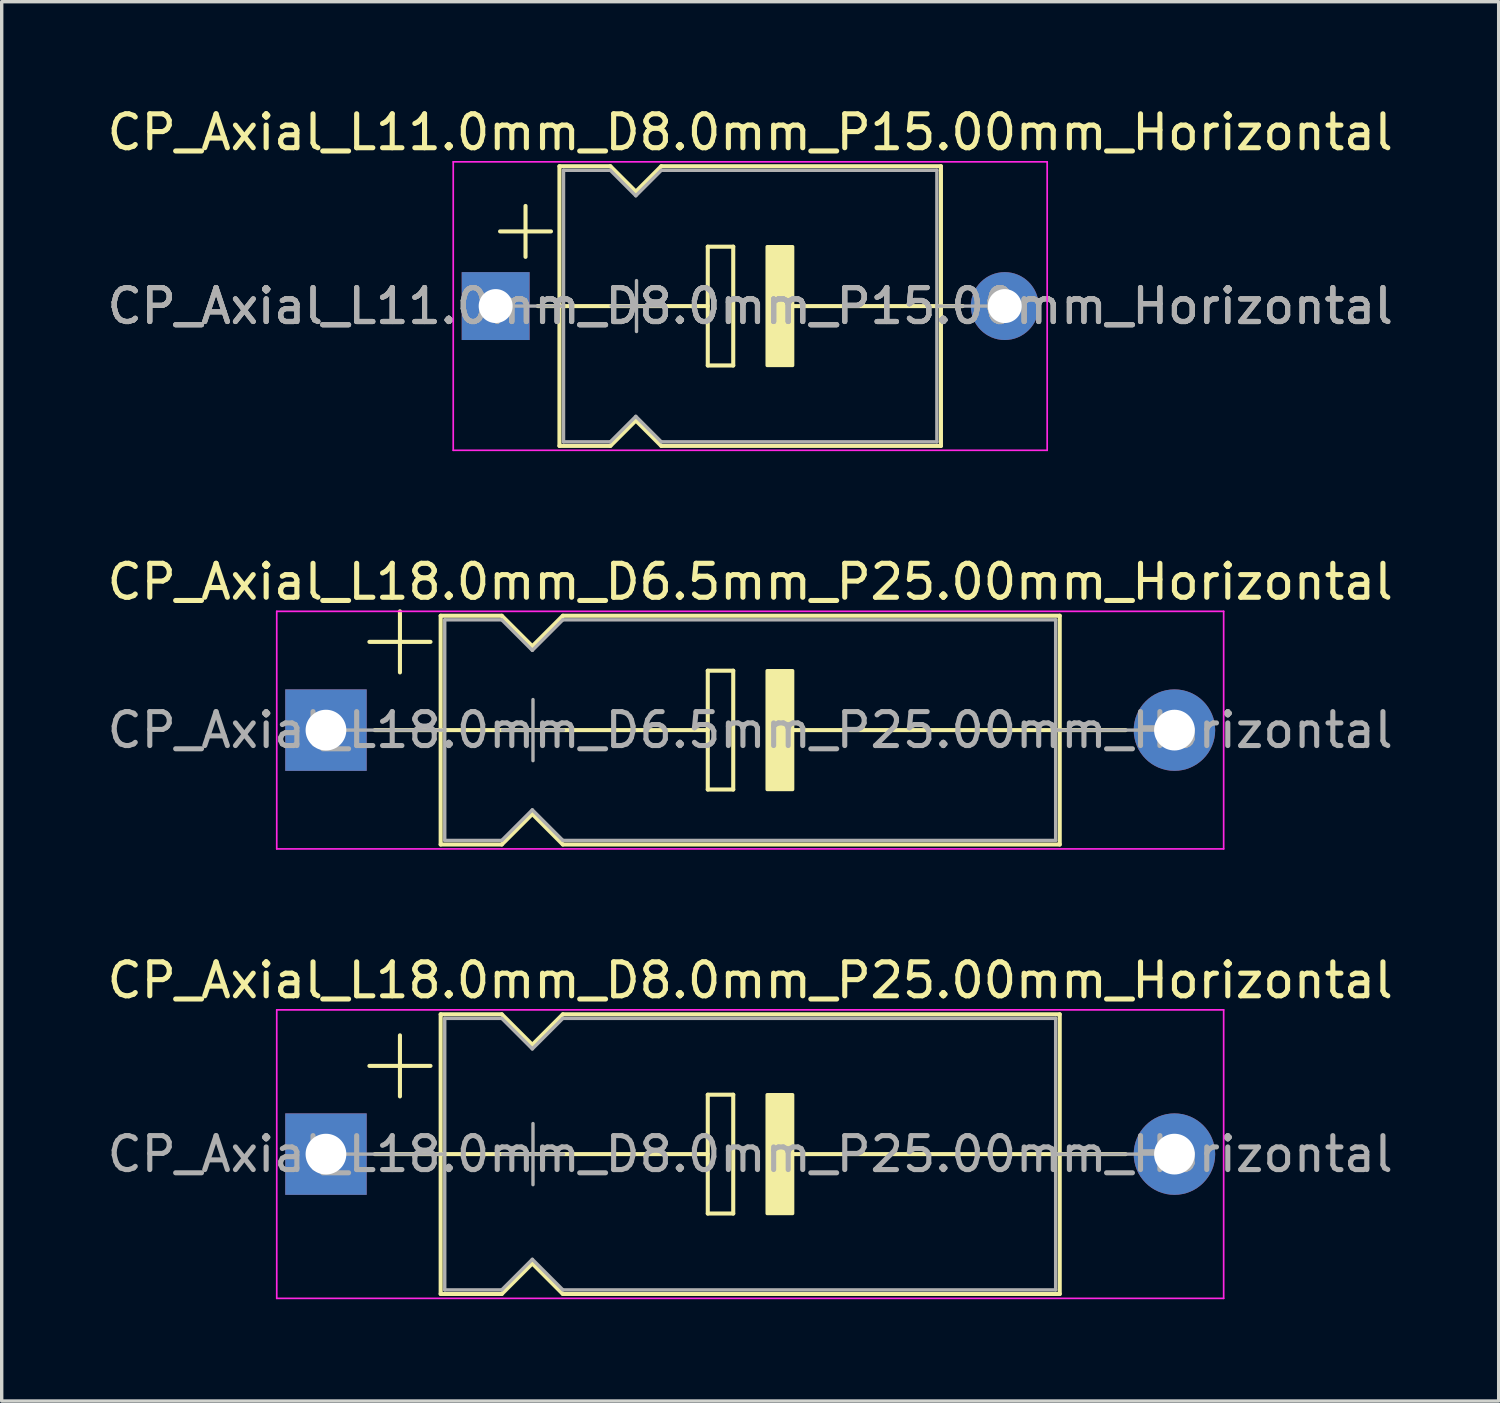
<source format=kicad_pcb>
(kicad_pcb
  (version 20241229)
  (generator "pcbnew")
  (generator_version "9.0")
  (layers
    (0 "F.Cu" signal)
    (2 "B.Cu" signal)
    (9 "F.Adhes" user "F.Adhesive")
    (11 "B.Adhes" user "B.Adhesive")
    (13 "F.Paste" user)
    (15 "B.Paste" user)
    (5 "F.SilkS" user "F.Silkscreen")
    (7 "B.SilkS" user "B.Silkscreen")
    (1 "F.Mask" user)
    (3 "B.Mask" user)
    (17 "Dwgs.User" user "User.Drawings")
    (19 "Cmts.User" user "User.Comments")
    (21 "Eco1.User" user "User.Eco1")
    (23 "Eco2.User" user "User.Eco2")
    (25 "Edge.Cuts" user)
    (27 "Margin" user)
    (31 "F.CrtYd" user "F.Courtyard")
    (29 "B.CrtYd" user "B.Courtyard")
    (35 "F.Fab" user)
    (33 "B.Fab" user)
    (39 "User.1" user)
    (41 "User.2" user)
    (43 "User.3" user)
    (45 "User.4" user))
  (footprint "CP_Axial_L18.0mm_D6.5mm_P25.00mm_Horizontal"
    (layer "F.Cu")
    (at 6.554 18.462)
    (property "Reference" "CP_Axial_L18.0mm_D6.5mm_P25.00mm_Horizontal" (at 12.5 -4.37 0) (layer "F.SilkS") (effects (font (size 1 1) (thickness 0.15))))
    (attr through_hole)
    (fp_line (start 1.28 -2.6) (end 3.08 -2.6) (stroke (width 0.12) (type solid)) (layer "F.SilkS"))
    (fp_line (start 1.44 0) (end 3.38 0) (stroke (width 0.12) (type solid)) (layer "F.SilkS"))
    (fp_line (start 2.18 -3.5) (end 2.18 -1.7) (stroke (width 0.12) (type solid)) (layer "F.SilkS"))
    (fp_line (start 3.38 -3.37) (end 3.38 3.37) (stroke (width 0.12) (type solid)) (layer "F.SilkS"))
    (fp_line (start 3.38 -3.37) (end 5.18 -3.37) (stroke (width 0.12) (type solid)) (layer "F.SilkS"))
    (fp_line (start 3.38 0) (end 11.25 0) (stroke (width 0.12) (type solid)) (layer "F.SilkS"))
    (fp_line (start 3.38 3.37) (end 5.18 3.37) (stroke (width 0.12) (type solid)) (layer "F.SilkS"))
    (fp_line (start 5.18 -3.37) (end 6.08 -2.47) (stroke (width 0.12) (type solid)) (layer "F.SilkS"))
    (fp_line (start 5.18 3.37) (end 6.08 2.47) (stroke (width 0.12) (type solid)) (layer "F.SilkS"))
    (fp_line (start 6.08 -2.47) (end 6.98 -3.37) (stroke (width 0.12) (type solid)) (layer "F.SilkS"))
    (fp_line (start 6.08 2.47) (end 6.98 3.37) (stroke (width 0.12) (type solid)) (layer "F.SilkS"))
    (fp_line (start 6.98 -3.37) (end 21.62 -3.37) (stroke (width 0.12) (type solid)) (layer "F.SilkS"))
    (fp_line (start 6.98 3.37) (end 21.62 3.37) (stroke (width 0.12) (type solid)) (layer "F.SilkS"))
    (fp_line (start 11.25 -1.75) (end 11.25 1.75) (stroke (width 0.12) (type solid)) (layer "F.SilkS"))
    (fp_line (start 11.25 -1.75) (end 12 -1.75) (stroke (width 0.12) (type solid)) (layer "F.SilkS"))
    (fp_line (start 12 -1.75) (end 12 1.75) (stroke (width 0.12) (type solid)) (layer "F.SilkS"))
    (fp_line (start 12 1.75) (end 11.25 1.75) (stroke (width 0.12) (type solid)) (layer "F.SilkS"))
    (fp_line (start 13.75 0) (end 21.62 0) (stroke (width 0.12) (type solid)) (layer "F.SilkS"))
    (fp_line (start 21.62 -3.37) (end 21.62 3.37) (stroke (width 0.12) (type solid)) (layer "F.SilkS"))
    (fp_line (start 23.56 0) (end 21.62 0) (stroke (width 0.12) (type solid)) (layer "F.SilkS"))
    (fp_poly (pts (xy 13.75 1.75) (xy 13 1.75) (xy 13 -1.75) (xy 13.75 -1.75)) (stroke (width 0.1) (type solid)) (fill yes) (layer "F.SilkS"))
    (fp_line (start -1.45 -3.5) (end -1.45 3.5) (stroke (width 0.05) (type solid)) (layer "F.CrtYd"))
    (fp_line (start -1.45 3.5) (end 26.45 3.5) (stroke (width 0.05) (type solid)) (layer "F.CrtYd"))
    (fp_line (start 26.45 -3.5) (end -1.45 -3.5) (stroke (width 0.05) (type solid)) (layer "F.CrtYd"))
    (fp_line (start 26.45 3.5) (end 26.45 -3.5) (stroke (width 0.05) (type solid)) (layer "F.CrtYd"))
    (fp_line (start 0 0) (end 3.5 0) (stroke (width 0.1) (type solid)) (layer "F.Fab"))
    (fp_line (start 3.5 -3.25) (end 3.5 3.25) (stroke (width 0.1) (type solid)) (layer "F.Fab"))
    (fp_line (start 3.5 -3.25) (end 5.18 -3.25) (stroke (width 0.1) (type solid)) (layer "F.Fab"))
    (fp_line (start 3.5 3.25) (end 5.18 3.25) (stroke (width 0.1) (type solid)) (layer "F.Fab"))
    (fp_line (start 5.18 -3.25) (end 6.08 -2.35) (stroke (width 0.1) (type solid)) (layer "F.Fab"))
    (fp_line (start 5.18 3.25) (end 6.08 2.35) (stroke (width 0.1) (type solid)) (layer "F.Fab"))
    (fp_line (start 5.2 0) (end 7 0) (stroke (width 0.1) (type solid)) (layer "F.Fab"))
    (fp_line (start 6.08 -2.35) (end 6.98 -3.25) (stroke (width 0.1) (type solid)) (layer "F.Fab"))
    (fp_line (start 6.08 2.35) (end 6.98 3.25) (stroke (width 0.1) (type solid)) (layer "F.Fab"))
    (fp_line (start 6.1 -0.9) (end 6.1 0.9) (stroke (width 0.1) (type solid)) (layer "F.Fab"))
    (fp_line (start 6.98 -3.25) (end 21.5 -3.25) (stroke (width 0.1) (type solid)) (layer "F.Fab"))
    (fp_line (start 6.98 3.25) (end 21.5 3.25) (stroke (width 0.1) (type solid)) (layer "F.Fab"))
    (fp_line (start 21.5 -3.25) (end 21.5 3.25) (stroke (width 0.1) (type solid)) (layer "F.Fab"))
    (fp_line (start 25 0) (end 21.5 0) (stroke (width 0.1) (type solid)) (layer "F.Fab"))
    (fp_text user "${REFERENCE}" (at 12.5 0 0) (layer "F.Fab") (effects (font (size 1 1) (thickness 0.15))))
    (pad "1" thru_hole rect (at 0 0) (size 2.4 2.4) (drill 1.2) (layers "*.Cu" "*.Mask"))
    (pad "2" thru_hole oval (at 25 0) (size 2.4 2.4) (drill 1.2) (layers "*.Cu" "*.Mask")))
  (footprint "CP_Axial_L18.0mm_D8.0mm_P25.00mm_Horizontal"
    (layer "F.Cu")
    (at 6.554 30.955)
    (property "Reference" "CP_Axial_L18.0mm_D8.0mm_P25.00mm_Horizontal" (at 12.5 -5.12 0) (layer "F.SilkS") (effects (font (size 1 1) (thickness 0.15))))
    (attr through_hole)
    (fp_line (start 1.28 -2.6) (end 3.08 -2.6) (stroke (width 0.12) (type solid)) (layer "F.SilkS"))
    (fp_line (start 1.44 0) (end 3.38 0) (stroke (width 0.12) (type solid)) (layer "F.SilkS"))
    (fp_line (start 2.18 -3.5) (end 2.18 -1.7) (stroke (width 0.12) (type solid)) (layer "F.SilkS"))
    (fp_line (start 3.365 0) (end 11.25 0) (stroke (width 0.12) (type solid)) (layer "F.SilkS"))
    (fp_line (start 3.38 -4.12) (end 3.38 4.12) (stroke (width 0.12) (type solid)) (layer "F.SilkS"))
    (fp_line (start 3.38 -4.12) (end 5.18 -4.12) (stroke (width 0.12) (type solid)) (layer "F.SilkS"))
    (fp_line (start 3.38 4.12) (end 5.18 4.12) (stroke (width 0.12) (type solid)) (layer "F.SilkS"))
    (fp_line (start 5.18 -4.12) (end 6.08 -3.22) (stroke (width 0.12) (type solid)) (layer "F.SilkS"))
    (fp_line (start 5.18 4.12) (end 6.08 3.22) (stroke (width 0.12) (type solid)) (layer "F.SilkS"))
    (fp_line (start 6.08 -3.22) (end 6.98 -4.12) (stroke (width 0.12) (type solid)) (layer "F.SilkS"))
    (fp_line (start 6.08 3.22) (end 6.98 4.12) (stroke (width 0.12) (type solid)) (layer "F.SilkS"))
    (fp_line (start 6.98 -4.12) (end 21.62 -4.12) (stroke (width 0.12) (type solid)) (layer "F.SilkS"))
    (fp_line (start 6.98 4.12) (end 21.62 4.12) (stroke (width 0.12) (type solid)) (layer "F.SilkS"))
    (fp_line (start 11.25 -1.75) (end 11.25 1.75) (stroke (width 0.12) (type solid)) (layer "F.SilkS"))
    (fp_line (start 11.25 -1.75) (end 12 -1.75) (stroke (width 0.12) (type solid)) (layer "F.SilkS"))
    (fp_line (start 12 -1.75) (end 12 1.75) (stroke (width 0.12) (type solid)) (layer "F.SilkS"))
    (fp_line (start 12 1.75) (end 11.25 1.75) (stroke (width 0.12) (type solid)) (layer "F.SilkS"))
    (fp_line (start 13.75 0) (end 21.62 0) (stroke (width 0.12) (type solid)) (layer "F.SilkS"))
    (fp_line (start 21.62 -4.12) (end 21.62 4.12) (stroke (width 0.12) (type solid)) (layer "F.SilkS"))
    (fp_line (start 23.56 0) (end 21.62 0) (stroke (width 0.12) (type solid)) (layer "F.SilkS"))
    (fp_poly (pts (xy 13.75 1.75) (xy 13 1.75) (xy 13 -1.75) (xy 13.75 -1.75)) (stroke (width 0.1) (type solid)) (fill yes) (layer "F.SilkS"))
    (fp_line (start -1.45 -4.25) (end -1.45 4.25) (stroke (width 0.05) (type solid)) (layer "F.CrtYd"))
    (fp_line (start -1.45 4.25) (end 26.45 4.25) (stroke (width 0.05) (type solid)) (layer "F.CrtYd"))
    (fp_line (start 26.45 -4.25) (end -1.45 -4.25) (stroke (width 0.05) (type solid)) (layer "F.CrtYd"))
    (fp_line (start 26.45 4.25) (end 26.45 -4.25) (stroke (width 0.05) (type solid)) (layer "F.CrtYd"))
    (fp_line (start 0 0) (end 3.5 0) (stroke (width 0.1) (type solid)) (layer "F.Fab"))
    (fp_line (start 3.5 -4) (end 3.5 4) (stroke (width 0.1) (type solid)) (layer "F.Fab"))
    (fp_line (start 3.5 -4) (end 5.18 -4) (stroke (width 0.1) (type solid)) (layer "F.Fab"))
    (fp_line (start 3.5 4) (end 5.18 4) (stroke (width 0.1) (type solid)) (layer "F.Fab"))
    (fp_line (start 5.18 -4) (end 6.08 -3.1) (stroke (width 0.1) (type solid)) (layer "F.Fab"))
    (fp_line (start 5.18 4) (end 6.08 3.1) (stroke (width 0.1) (type solid)) (layer "F.Fab"))
    (fp_line (start 5.2 0) (end 7 0) (stroke (width 0.1) (type solid)) (layer "F.Fab"))
    (fp_line (start 6.08 -3.1) (end 6.98 -4) (stroke (width 0.1) (type solid)) (layer "F.Fab"))
    (fp_line (start 6.08 3.1) (end 6.98 4) (stroke (width 0.1) (type solid)) (layer "F.Fab"))
    (fp_line (start 6.1 -0.9) (end 6.1 0.9) (stroke (width 0.1) (type solid)) (layer "F.Fab"))
    (fp_line (start 6.98 -4) (end 21.5 -4) (stroke (width 0.1) (type solid)) (layer "F.Fab"))
    (fp_line (start 6.98 4) (end 21.5 4) (stroke (width 0.1) (type solid)) (layer "F.Fab"))
    (fp_line (start 21.5 -4) (end 21.5 4) (stroke (width 0.1) (type solid)) (layer "F.Fab"))
    (fp_line (start 25 0) (end 21.5 0) (stroke (width 0.1) (type solid)) (layer "F.Fab"))
    (fp_text user "${REFERENCE}" (at 12.5 0 0) (layer "F.Fab") (effects (font (size 1 1) (thickness 0.15))))
    (pad "1" thru_hole rect (at 0 0) (size 2.4 2.4) (drill 1.2) (layers "*.Cu" "*.Mask"))
    (pad "2" thru_hole oval (at 25 0) (size 2.4 2.4) (drill 1.2) (layers "*.Cu" "*.Mask")))
  (footprint "CP_Axial_L11.0mm_D8.0mm_P15.00mm_Horizontal"
    (layer "F.Cu")
    (at 11.554 5.968)
    (property "Reference" "CP_Axial_L11.0mm_D8.0mm_P15.00mm_Horizontal" (at 7.5 -5.12 0) (layer "F.SilkS") (effects (font (size 1 1) (thickness 0.15))))
    (attr through_hole)
    (fp_line (start 0.13 -2.2) (end 1.63 -2.2) (stroke (width 0.12) (type solid)) (layer "F.SilkS"))
    (fp_line (start 0.88 -2.95) (end 0.88 -1.45) (stroke (width 0.12) (type solid)) (layer "F.SilkS"))
    (fp_line (start 1.24 0) (end 1.88 0) (stroke (width 0.12) (type solid)) (layer "F.SilkS"))
    (fp_line (start 1.88 -4.12) (end 1.88 4.12) (stroke (width 0.12) (type solid)) (layer "F.SilkS"))
    (fp_line (start 1.88 -4.12) (end 3.38 -4.12) (stroke (width 0.12) (type solid)) (layer "F.SilkS"))
    (fp_line (start 1.88 0) (end 6.25 0) (stroke (width 0.12) (type solid)) (layer "F.SilkS"))
    (fp_line (start 1.88 4.12) (end 3.38 4.12) (stroke (width 0.12) (type solid)) (layer "F.SilkS"))
    (fp_line (start 3.38 -4.12) (end 4.13 -3.37) (stroke (width 0.12) (type solid)) (layer "F.SilkS"))
    (fp_line (start 3.38 4.12) (end 4.13 3.37) (stroke (width 0.12) (type solid)) (layer "F.SilkS"))
    (fp_line (start 4.13 -3.37) (end 4.88 -4.12) (stroke (width 0.12) (type solid)) (layer "F.SilkS"))
    (fp_line (start 4.13 3.37) (end 4.88 4.12) (stroke (width 0.12) (type solid)) (layer "F.SilkS"))
    (fp_line (start 4.88 -4.12) (end 13.12 -4.12) (stroke (width 0.12) (type solid)) (layer "F.SilkS"))
    (fp_line (start 4.88 4.12) (end 13.12 4.12) (stroke (width 0.12) (type solid)) (layer "F.SilkS"))
    (fp_line (start 6.25 -1.75) (end 6.25 1.75) (stroke (width 0.12) (type solid)) (layer "F.SilkS"))
    (fp_line (start 6.25 -1.75) (end 7 -1.75) (stroke (width 0.12) (type solid)) (layer "F.SilkS"))
    (fp_line (start 7 -1.75) (end 7 1.75) (stroke (width 0.12) (type solid)) (layer "F.SilkS"))
    (fp_line (start 7 1.75) (end 6.25 1.75) (stroke (width 0.12) (type solid)) (layer "F.SilkS"))
    (fp_line (start 8.75 0) (end 13.12 0) (stroke (width 0.12) (type solid)) (layer "F.SilkS"))
    (fp_line (start 13.12 -4.12) (end 13.12 4.12) (stroke (width 0.12) (type solid)) (layer "F.SilkS"))
    (fp_line (start 13.76 0) (end 13.12 0) (stroke (width 0.12) (type solid)) (layer "F.SilkS"))
    (fp_poly (pts (xy 8.75 1.75) (xy 8 1.75) (xy 8 -1.75) (xy 8.75 -1.75)) (stroke (width 0.1) (type solid)) (fill yes) (layer "F.SilkS"))
    (fp_line (start -1.25 -4.25) (end -1.25 4.25) (stroke (width 0.05) (type solid)) (layer "F.CrtYd"))
    (fp_line (start -1.25 4.25) (end 16.25 4.25) (stroke (width 0.05) (type solid)) (layer "F.CrtYd"))
    (fp_line (start 16.25 -4.25) (end -1.25 -4.25) (stroke (width 0.05) (type solid)) (layer "F.CrtYd"))
    (fp_line (start 16.25 4.25) (end 16.25 -4.25) (stroke (width 0.05) (type solid)) (layer "F.CrtYd"))
    (fp_line (start 0 0) (end 2 0) (stroke (width 0.1) (type solid)) (layer "F.Fab"))
    (fp_line (start 2 -4) (end 2 4) (stroke (width 0.1) (type solid)) (layer "F.Fab"))
    (fp_line (start 2 -4) (end 3.38 -4) (stroke (width 0.1) (type solid)) (layer "F.Fab"))
    (fp_line (start 2 4) (end 3.38 4) (stroke (width 0.1) (type solid)) (layer "F.Fab"))
    (fp_line (start 3.38 -4) (end 4.13 -3.25) (stroke (width 0.1) (type solid)) (layer "F.Fab"))
    (fp_line (start 3.38 4) (end 4.13 3.25) (stroke (width 0.1) (type solid)) (layer "F.Fab"))
    (fp_line (start 3.4 0) (end 4.9 0) (stroke (width 0.1) (type solid)) (layer "F.Fab"))
    (fp_line (start 4.13 -3.25) (end 4.88 -4) (stroke (width 0.1) (type solid)) (layer "F.Fab"))
    (fp_line (start 4.13 3.25) (end 4.88 4) (stroke (width 0.1) (type solid)) (layer "F.Fab"))
    (fp_line (start 4.15 -0.75) (end 4.15 0.75) (stroke (width 0.1) (type solid)) (layer "F.Fab"))
    (fp_line (start 4.88 -4) (end 13 -4) (stroke (width 0.1) (type solid)) (layer "F.Fab"))
    (fp_line (start 4.88 4) (end 13 4) (stroke (width 0.1) (type solid)) (layer "F.Fab"))
    (fp_line (start 13 -4) (end 13 4) (stroke (width 0.1) (type solid)) (layer "F.Fab"))
    (fp_line (start 15 0) (end 13 0) (stroke (width 0.1) (type solid)) (layer "F.Fab"))
    (fp_text user "${REFERENCE}" (at 7.5 0 0) (layer "F.Fab") (effects (font (size 1 1) (thickness 0.15))))
    (fp_text user "${REFERENCE}" (at 7.5 0 0) (layer "F.Fab") (effects (font (size 1 1) (thickness 0.15))))
    (fp_text user "${REFERENCE}" (at 7.5 0 0) (layer "F.Fab") (effects (font (size 1 1) (thickness 0.15))))
    (pad "1" thru_hole rect (at 0 0) (size 2 2) (drill 1) (layers "*.Cu" "*.Mask"))
    (pad "2" thru_hole oval (at 15 0) (size 2 2) (drill 1) (layers "*.Cu" "*.Mask")))
  (gr_rect
    (start -3 -3)
    (end 41.107 38.23)
    (stroke (width 0.1) (type default))
    (fill no)
    (layer "Edge.Cuts")))
</source>
